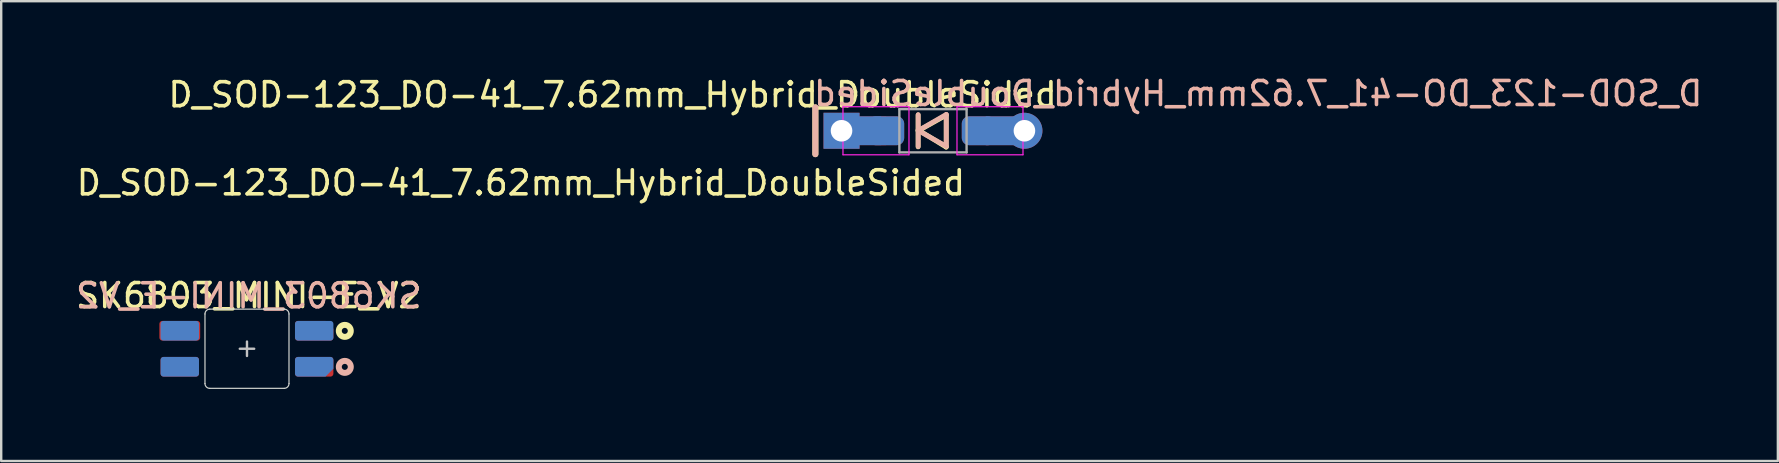
<source format=kicad_pcb>
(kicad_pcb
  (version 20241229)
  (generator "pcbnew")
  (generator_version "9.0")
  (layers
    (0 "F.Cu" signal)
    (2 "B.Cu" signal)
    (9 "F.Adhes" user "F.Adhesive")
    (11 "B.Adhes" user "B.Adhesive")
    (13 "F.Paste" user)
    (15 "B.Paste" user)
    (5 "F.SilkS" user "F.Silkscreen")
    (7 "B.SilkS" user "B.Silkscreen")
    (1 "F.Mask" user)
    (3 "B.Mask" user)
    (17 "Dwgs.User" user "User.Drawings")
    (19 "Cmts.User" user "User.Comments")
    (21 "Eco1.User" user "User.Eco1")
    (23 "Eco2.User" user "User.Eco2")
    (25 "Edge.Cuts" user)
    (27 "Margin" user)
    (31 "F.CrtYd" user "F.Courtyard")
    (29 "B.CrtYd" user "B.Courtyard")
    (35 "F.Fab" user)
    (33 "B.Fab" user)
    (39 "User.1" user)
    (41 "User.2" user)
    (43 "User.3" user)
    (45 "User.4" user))
  (footprint "SK6803_MINI-E_V2"
    (layer "F.Cu")
    (at 7.24 11.48)
    (property "Reference" "SK6803_MINI-E_V2" (at 0.075 -2.205 0) (layer "B.SilkS") (effects (font (size 1 1) (thickness 0.15)) (justify mirror)))
    (attr smd)
    (fp_circle (center 4.075 -0.745) (end 3.825 -0.745) (stroke (width 0.25) (type default)) (fill no) (layer "F.SilkS"))
    (fp_circle (center 4.075 0.755) (end 3.825 0.755) (stroke (width 0.25) (type default)) (fill no) (layer "B.SilkS"))
    (fp_line (start 0 -0.3) (end 0 0.3) (stroke (width 0.1) (type solid)) (layer "Dwgs.User"))
    (fp_line (start 0.3 0) (end -0.3 0) (stroke (width 0.1) (type solid)) (layer "Dwgs.User"))
    (fp_line (start -1.75 -1.45) (end -1.75 1.45) (stroke (width 0.05) (type default)) (layer "Edge.Cuts"))
    (fp_line (start -1.55 -1.65) (end 1.55 -1.65) (stroke (width 0.05) (type default)) (layer "Edge.Cuts"))
    (fp_line (start 1.55 1.65) (end -1.55 1.65) (stroke (width 0.05) (type default)) (layer "Edge.Cuts"))
    (fp_line (start 1.75 1.45) (end 1.75 -1.45) (stroke (width 0.05) (type default)) (layer "Edge.Cuts"))
    (fp_arc (start -1.75 -1.45) (mid -1.691422 -1.591422) (end -1.55 -1.65) (stroke (width 0.05) (type default)) (layer "Edge.Cuts"))
    (fp_arc (start -1.55 1.65) (mid -1.691422 1.591422) (end -1.75 1.45) (stroke (width 0.05) (type default)) (layer "Edge.Cuts"))
    (fp_arc (start 1.55 -1.65) (mid 1.691422 -1.591422) (end 1.75 -1.45) (stroke (width 0.05) (type default)) (layer "Edge.Cuts"))
    (fp_arc (start 1.75 1.45) (mid 1.691422 1.591422) (end 1.55 1.65) (stroke (width 0.05) (type default)) (layer "Edge.Cuts"))
    (fp_text user "${REFERENCE}" (at 0.075 -2.215 0) (layer "F.SilkS") (effects (font (size 1 1) (thickness 0.15))))
    (pad "1" smd roundrect (at 2.8 -0.75 180) (size 1.6 0.82) (layers "F.Cu" "F.Mask" "F.Paste") (roundrect_rratio 0.15) (chamfer_ratio 0.4) (chamfer bottom_left))
    (pad "1" smd roundrect (at 2.8 0.75) (size 1.6 0.82) (layers "B.Cu" "B.Mask" "B.Paste") (roundrect_rratio 0.15) (chamfer_ratio 0.4) (chamfer bottom_right))
    (pad "2" smd roundrect (at 2.8 -0.75 180) (size 1.6 0.82) (layers "B.Cu" "B.Mask" "B.Paste") (roundrect_rratio 0.15))
    (pad "2" smd roundrect (at 2.8 0.75) (size 1.6 0.82) (layers "F.Cu" "F.Mask" "F.Paste") (roundrect_rratio 0.15))
    (pad "3" smd roundrect (at -2.8 -0.75) (size 1.6 0.82) (layers "B.Cu" "B.Mask" "B.Paste") (roundrect_rratio 0.15))
    (pad "3" smd roundrect (at -2.8 0.75 180) (size 1.6 0.82) (layers "F.Cu" "F.Mask" "F.Paste") (roundrect_rratio 0.15))
    (pad "4" smd roundrect (at -2.8 -0.75 180) (size 1.7 0.82) (layers "F.Cu" "F.Mask" "F.Paste") (roundrect_rratio 0.15))
    (pad "4" smd roundrect (at -2.8 0.75 180) (size 1.6 0.82) (layers "B.Cu" "B.Mask" "B.Paste") (roundrect_rratio 0.15)))
  (footprint "D_SOD-123_DO-41_7.62mm_Hybrid_DoubleSided"
    (layer "F.Cu")
    (at 35.82 2.398)
    (property "Reference" "D_SOD-123_DO-41_7.62mm_Hybrid_DoubleSided" (at 1.43 2.17 0) (layer "F.SilkS") (effects (font (size 1 1) (thickness 0.15)) (justify right)))
    (attr through_hole)
    (fp_line (start -4.9 -0.975) (end -4.9 0.975) (stroke (width 0.25) (type default)) (layer "F.SilkS"))
    (fp_line (start -0.62 -0.66) (end -0.62 0.67) (stroke (width 0.2) (type solid)) (layer "F.SilkS"))
    (fp_line (start -0.62 0.005) (end 0.55 -0.65) (stroke (width 0.2) (type solid)) (layer "F.SilkS"))
    (fp_line (start 0.55 -0.65) (end 0.55 0.68) (stroke (width 0.2) (type solid)) (layer "F.SilkS"))
    (fp_line (start 0.55 0.68) (end -0.62 -0.037) (stroke (width 0.2) (type solid)) (layer "F.SilkS"))
    (fp_line (start -4.9 0.975) (end -4.9 -0.975) (stroke (width 0.25) (type default)) (layer "B.SilkS"))
    (fp_line (start -0.615 -0.007) (end 0.555 0.647) (stroke (width 0.2) (type solid)) (layer "B.SilkS"))
    (fp_line (start -0.615 0.657) (end -0.615 -0.672) (stroke (width 0.2) (type solid)) (layer "B.SilkS"))
    (fp_line (start 0.555 -0.682) (end -0.615 -0.007) (stroke (width 0.2) (type solid)) (layer "B.SilkS"))
    (fp_line (start 0.555 0.647) (end 0.555 -0.682) (stroke (width 0.2) (type solid)) (layer "B.SilkS"))
    (fp_line (start -3.75 -1) (end -3.75 1) (stroke (width 0.05) (type default)) (layer "F.CrtYd"))
    (fp_line (start -3.75 -1) (end -1 -1) (stroke (width 0.05) (type solid)) (layer "F.CrtYd"))
    (fp_line (start -1 -1) (end -1 1) (stroke (width 0.05) (type default)) (layer "F.CrtYd"))
    (fp_line (start -1 1) (end -3.75 1) (stroke (width 0.05) (type solid)) (layer "F.CrtYd"))
    (fp_line (start 1 -1) (end 1 1) (stroke (width 0.05) (type default)) (layer "F.CrtYd"))
    (fp_line (start 1 -1) (end 3.75 -1) (stroke (width 0.05) (type solid)) (layer "F.CrtYd"))
    (fp_line (start 3.75 -1) (end 3.75 1) (stroke (width 0.05) (type default)) (layer "F.CrtYd"))
    (fp_line (start 3.75 1) (end 1 1) (stroke (width 0.05) (type solid)) (layer "F.CrtYd"))
    (fp_line (start -1.4 -0.9) (end 1.4 -0.9) (stroke (width 0.1) (type solid)) (layer "F.Fab"))
    (fp_line (start -1.4 0.9) (end -1.4 -0.9) (stroke (width 0.1) (type solid)) (layer "F.Fab"))
    (fp_line (start 1.4 -0.9) (end 1.4 0.9) (stroke (width 0.1) (type solid)) (layer "F.Fab"))
    (fp_line (start 1.4 0.9) (end -1.4 0.9) (stroke (width 0.1) (type solid)) (layer "F.Fab"))
    (fp_text user "${REFERENCE}" (at 5.25 -1.5 0) (layer "F.SilkS") (effects (font (size 1 1) (thickness 0.15)) (justify right)))
    (fp_text user "${REFERENCE}" (at -5.05 -1.55 0) (layer "B.SilkS") (effects (font (size 1 1) (thickness 0.15)) (justify right mirror)))
    (pad "1" thru_hole rect (at -3.81 0) (size 1.5 1.5) (drill 0.9) (layers "*.Cu" "*.Mask"))
    (pad "1" smd rect (at -2.76 -0.001 180) (size 1.2 1.2) (layers "B.Cu"))
    (pad "1" smd rect (at -2.55 0) (size 1.2 1.2) (layers "F.Cu"))
    (pad "1" smd roundrect (at -1.95 0) (size 1.5 1.2) (layers "F.Cu" "F.Mask" "F.Paste") (roundrect_rratio 0.25))
    (pad "1" smd roundrect (at -1.95 0) (size 1.5 1.2) (layers "B.Cu" "B.Mask" "B.Paste") (roundrect_rratio 0.25))
    (pad "2" smd roundrect (at 1.9 0) (size 1.4 1.2) (layers "F.Cu" "F.Mask" "F.Paste") (roundrect_rratio 0.25))
    (pad "2" smd roundrect (at 1.9 0) (size 1.4 1.2) (layers "B.Cu" "B.Mask" "B.Paste") (roundrect_rratio 0.25))
    (pad "2" smd rect (at 2.8 0) (size 1.2 1.2) (layers "F.Cu"))
    (pad "2" smd rect (at 2.8 0 180) (size 1.2 1.2) (layers "B.Cu"))
    (pad "2" thru_hole oval (at 3.81 0) (size 1.5 1.5) (drill 0.9) (layers "*.Cu" "*.Mask")))
  (gr_rect
    (start -3 -3)
    (end 71.02 16.155)
    (stroke (width 0.1) (type default))
    (fill no)
    (layer "Edge.Cuts")))
</source>
